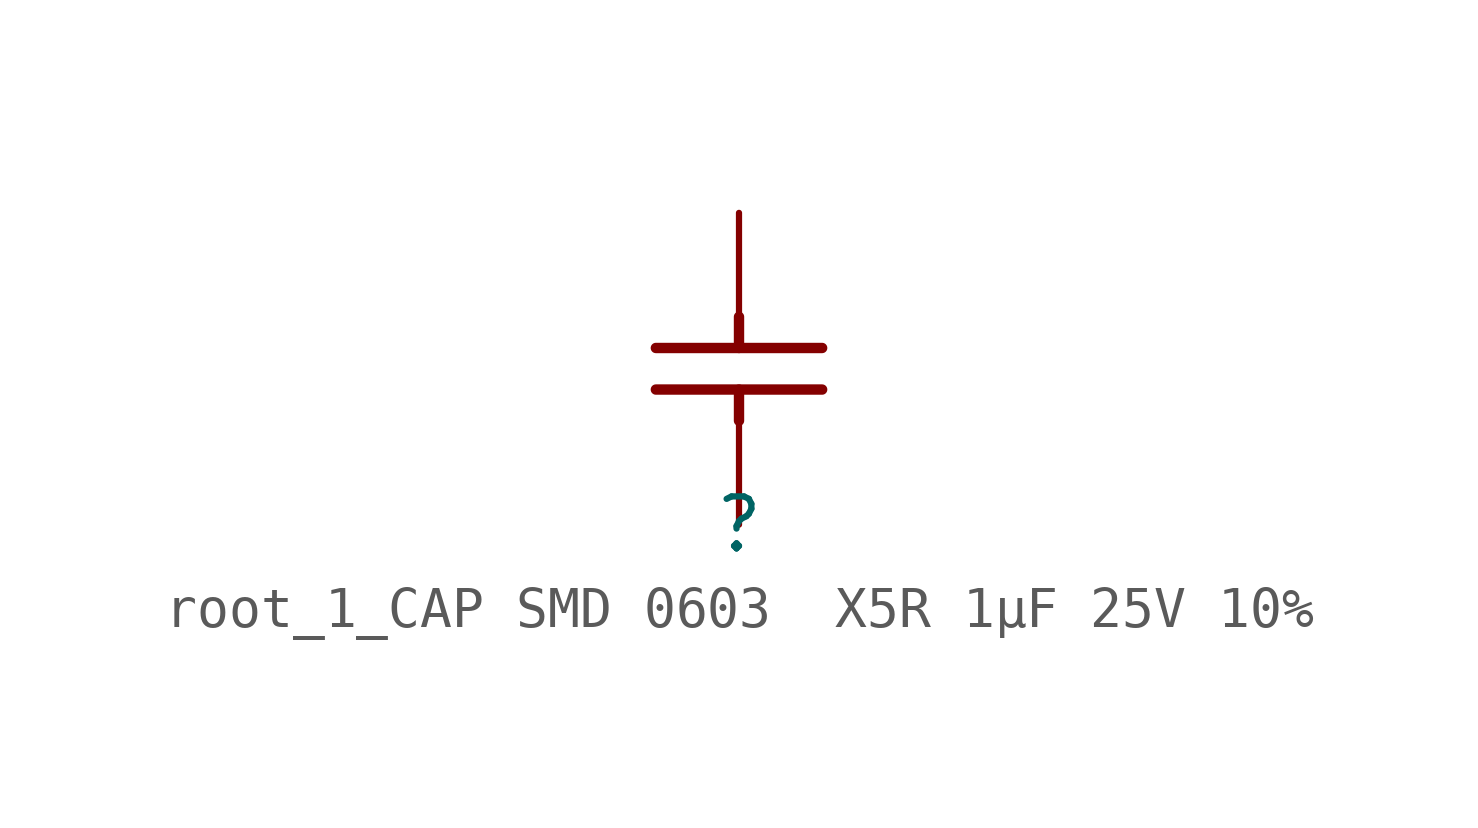
<source format=kicad_sym>
(kicad_symbol_lib
  (version 20231120)
  (generator "kicad_symbol_editor")
  (generator_version "8.0")
  (symbol "root_1_CAP SMD 0603  X5R 1µF 25V 10%"
    (property "Reference" ""
      (at 0 0 0)
      (effects (font (size 1.27 1.27))))
    (property "Value" ""
      (at 0 0 0)
      (effects (font (size 1.27 1.27))))
    (symbol "root_1_CAP SMD 0603  X5R 1µF 25V 10%_1_0"
      (polyline (pts (xy -2.032 4.318) (xy 2.032 4.318)) (stroke (width 0.254) (type solid)) (fill (type none)))
      (polyline (pts (xy 0 2.54) (xy 0 3.302)) (stroke (width 0.254) (type solid)) (fill (type none)))
      (polyline (pts (xy 0 5.08) (xy 0 4.318)) (stroke (width 0.254) (type solid)) (fill (type none)))
      (polyline (pts (xy 2.032 3.302) (xy -2.032 3.302)) (stroke (width 0.254) (type solid)) (fill (type none)))
      (pin passive line (at 0 0 90) (length 2.54) (name "1" (effects (font (size 0 0)))) (number "1" (effects (font (size 0 0)))))
      (pin passive line (at 0 7.62 270) (length 2.54) (name "2" (effects (font (size 0 0)))) (number "2" (effects (font (size 0 0))))))))
</source>
